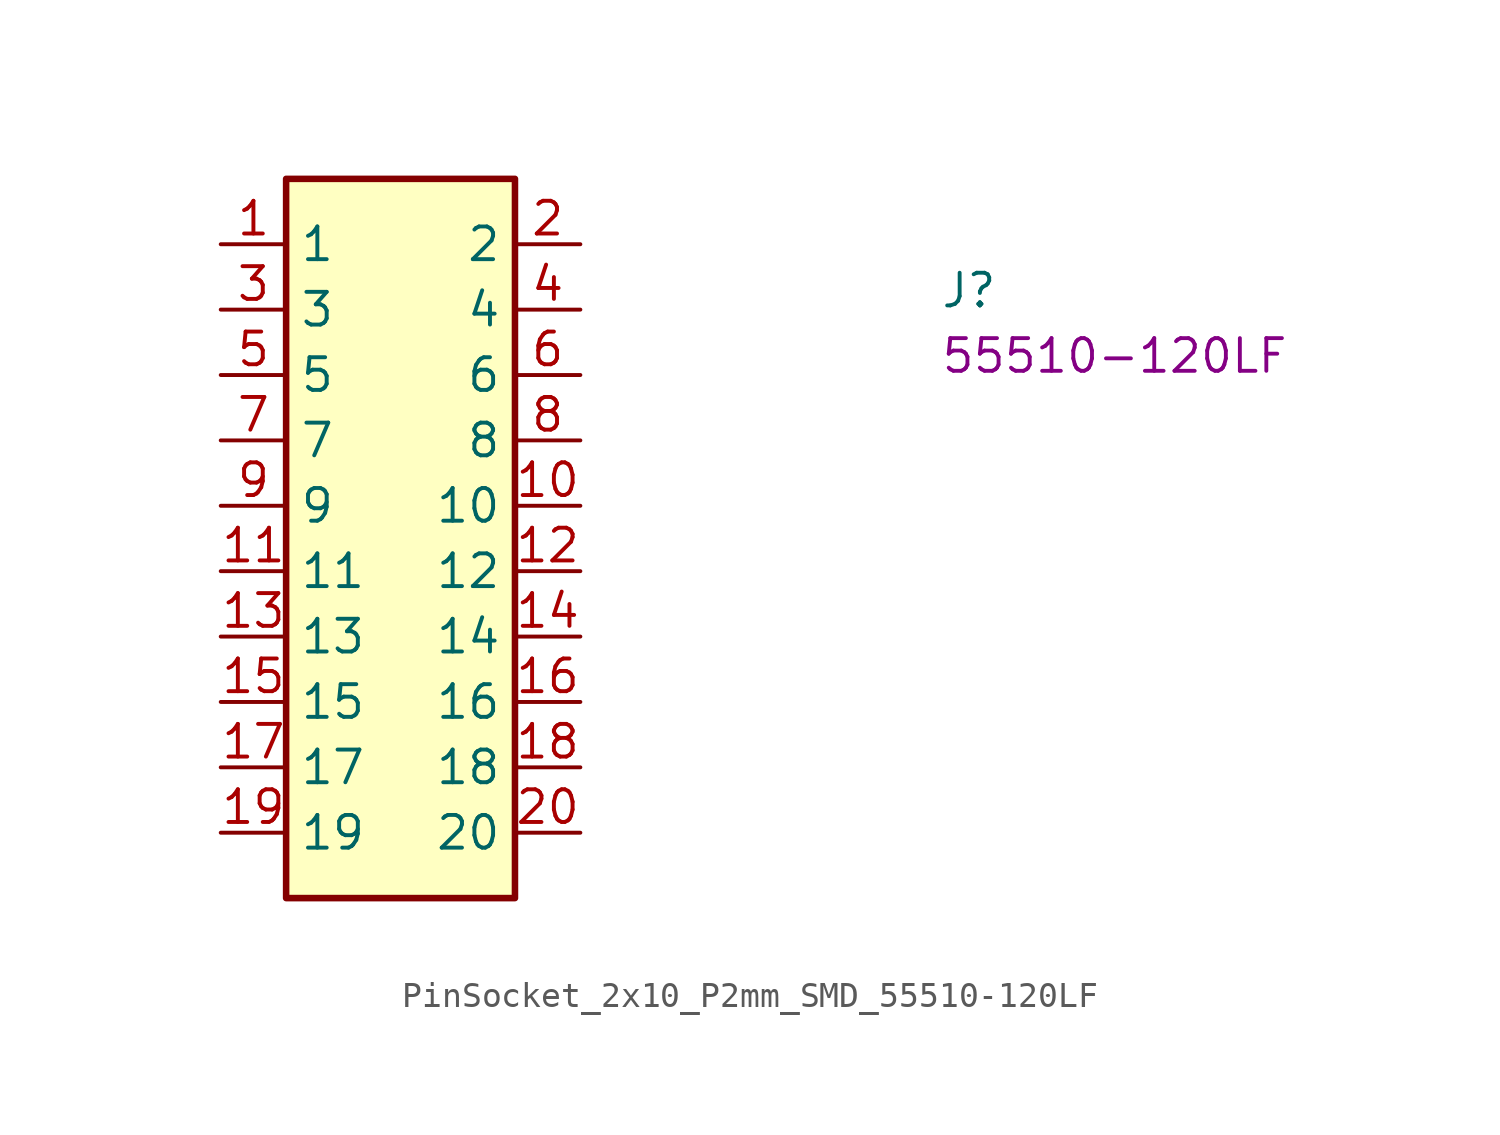
<source format=kicad_sym>
(kicad_symbol_lib
  (version 20220914)
  (generator kicad_symbol_editor)
  (symbol "PinSocket_2x10_P2mm_SMD_55510-120LF"
    (property "Reference" "J"
      (at 27.94 -2.54 0)
      (effects (font (size 1.27 1.27) (thickness 0.15)) (justify left bottom)))
    (property "MPN" "55510-120LF"
      (at 27.94 -5.08 0)
      (effects (font (size 1.27 1.27) (thickness 0.15)) (justify left bottom)))
    (symbol "PinSocket_2x10_P2mm_SMD_55510-120LF_1_1"
      (rectangle (start 2.54 2.54) (end 11.43 -25.4) (stroke (width 0.254) (type default)) (fill (type background)))
      (pin passive line (at 0 0 0) (length 2.54) (name "1" (effects (font (size 1.27 1.27)))) (number "1" (effects (font (size 1.27 1.27)))))
      (pin passive line (at 13.97 -10.16 180) (length 2.54) (name "10" (effects (font (size 1.27 1.27)))) (number "10" (effects (font (size 1.27 1.27)))))
      (pin passive line (at 0 -12.7 0) (length 2.54) (name "11" (effects (font (size 1.27 1.27)))) (number "11" (effects (font (size 1.27 1.27)))))
      (pin passive line (at 13.97 -12.7 180) (length 2.54) (name "12" (effects (font (size 1.27 1.27)))) (number "12" (effects (font (size 1.27 1.27)))))
      (pin passive line (at 0 -15.24 0) (length 2.54) (name "13" (effects (font (size 1.27 1.27)))) (number "13" (effects (font (size 1.27 1.27)))))
      (pin passive line (at 13.97 -15.24 180) (length 2.54) (name "14" (effects (font (size 1.27 1.27)))) (number "14" (effects (font (size 1.27 1.27)))))
      (pin passive line (at 0 -17.78 0) (length 2.54) (name "15" (effects (font (size 1.27 1.27)))) (number "15" (effects (font (size 1.27 1.27)))))
      (pin passive line (at 13.97 -17.78 180) (length 2.54) (name "16" (effects (font (size 1.27 1.27)))) (number "16" (effects (font (size 1.27 1.27)))))
      (pin passive line (at 0 -20.32 0) (length 2.54) (name "17" (effects (font (size 1.27 1.27)))) (number "17" (effects (font (size 1.27 1.27)))))
      (pin passive line (at 13.97 -20.32 180) (length 2.54) (name "18" (effects (font (size 1.27 1.27)))) (number "18" (effects (font (size 1.27 1.27)))))
      (pin passive line (at 0 -22.86 0) (length 2.54) (name "19" (effects (font (size 1.27 1.27)))) (number "19" (effects (font (size 1.27 1.27)))))
      (pin passive line (at 13.97 0 180) (length 2.54) (name "2" (effects (font (size 1.27 1.27)))) (number "2" (effects (font (size 1.27 1.27)))))
      (pin passive line (at 13.97 -22.86 180) (length 2.54) (name "20" (effects (font (size 1.27 1.27)))) (number "20" (effects (font (size 1.27 1.27)))))
      (pin passive line (at 0 -2.54 0) (length 2.54) (name "3" (effects (font (size 1.27 1.27)))) (number "3" (effects (font (size 1.27 1.27)))))
      (pin passive line (at 13.97 -2.54 180) (length 2.54) (name "4" (effects (font (size 1.27 1.27)))) (number "4" (effects (font (size 1.27 1.27)))))
      (pin passive line (at 0 -5.08 0) (length 2.54) (name "5" (effects (font (size 1.27 1.27)))) (number "5" (effects (font (size 1.27 1.27)))))
      (pin passive line (at 13.97 -5.08 180) (length 2.54) (name "6" (effects (font (size 1.27 1.27)))) (number "6" (effects (font (size 1.27 1.27)))))
      (pin passive line (at 0 -7.62 0) (length 2.54) (name "7" (effects (font (size 1.27 1.27)))) (number "7" (effects (font (size 1.27 1.27)))))
      (pin passive line (at 13.97 -7.62 180) (length 2.54) (name "8" (effects (font (size 1.27 1.27)))) (number "8" (effects (font (size 1.27 1.27)))))
      (pin passive line (at 0 -10.16 0) (length 2.54) (name "9" (effects (font (size 1.27 1.27)))) (number "9" (effects (font (size 1.27 1.27))))))))
</source>
